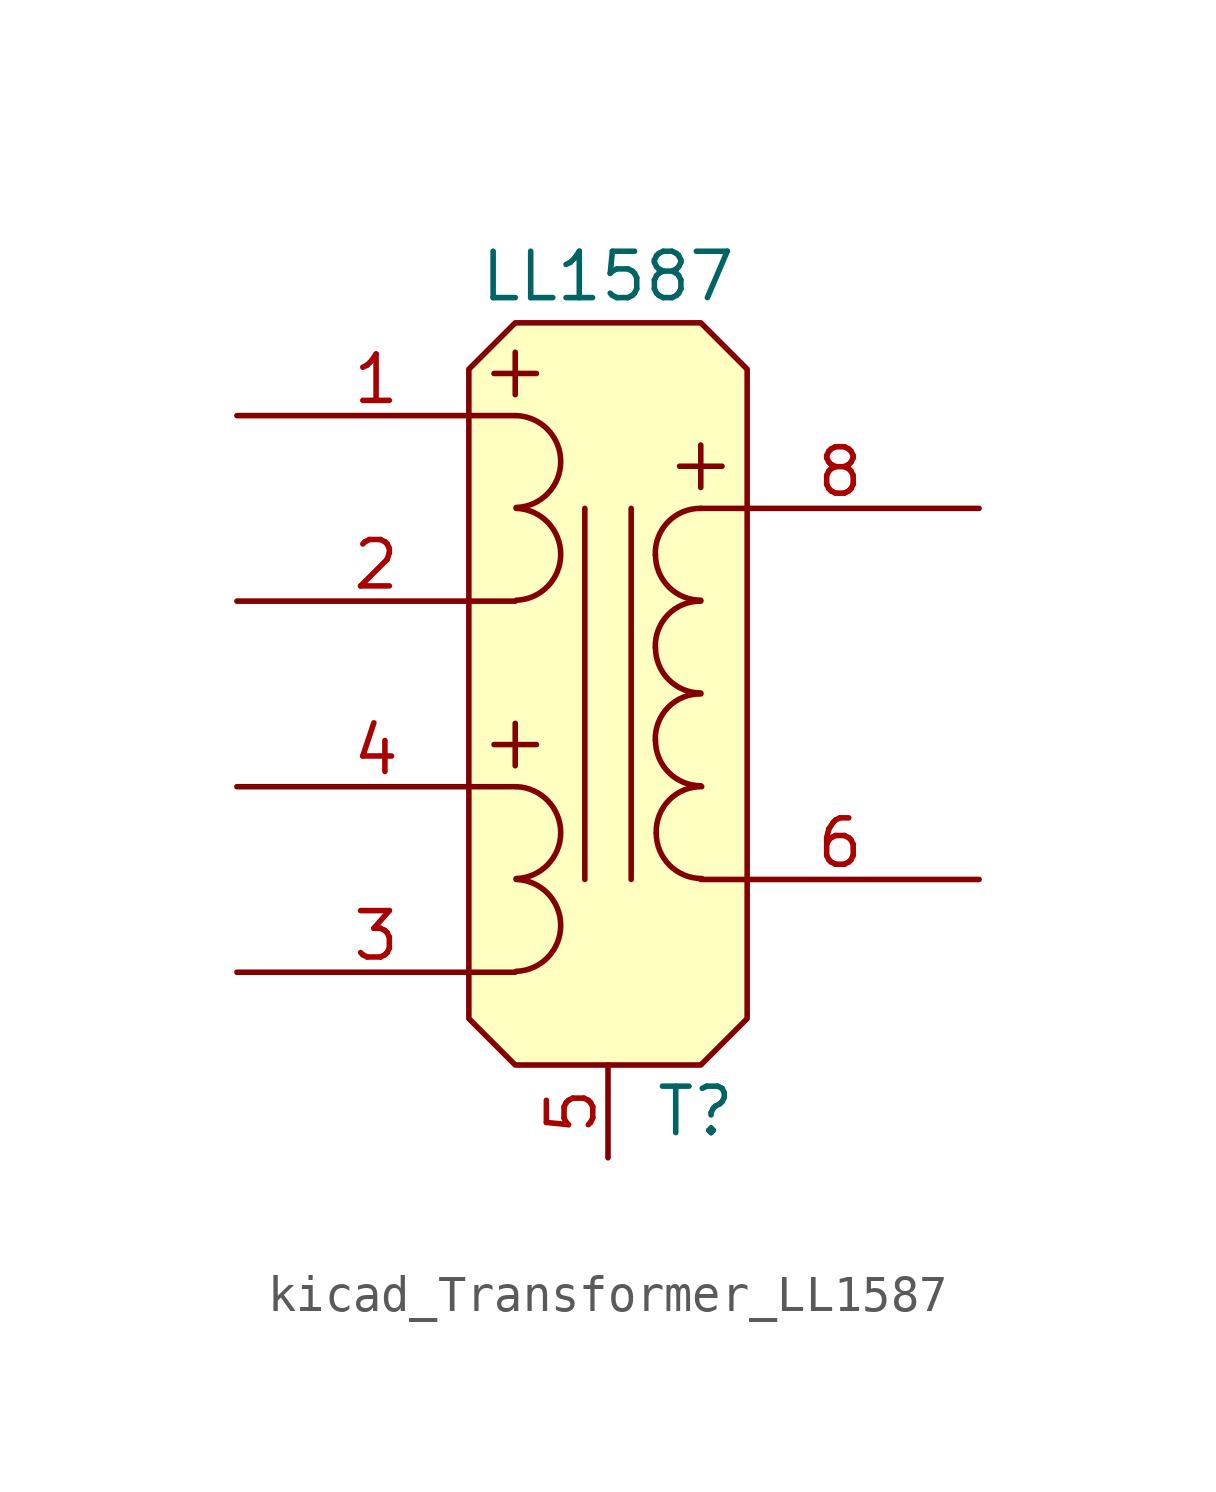
<source format=kicad_sym>
(kicad_symbol_lib
  (version 20220914)
  (generator kicad_symbol_editor)
  (symbol "kicad_Transformer_LL1587"
    (pin_names hide)
    (property "Reference" "T"
      (at 1.27 -11.43 0)
      (effects (font (size 1.27 1.27)) (justify left)))
    (property "Value" "LL1587"
      (at 0 11.43 0)
      (effects (font (size 1.27 1.27))))
    (symbol "kicad_Transformer_LL1587_0_0"
      (text "+" (at -2.54 -1.27 0) (effects (font (size 1.524 1.524))))
      (text "+" (at -2.54 8.89 0) (effects (font (size 1.524 1.524))))
      (text "+" (at 2.54 6.35 0) (effects (font (size 1.524 1.524)))))
    (symbol "kicad_Transformer_LL1587_0_1"
      (arc (start -2.5146 -7.5946) (mid -1.2951 -6.3497) (end -2.5146 -5.08) (stroke (width 0) (type default)) (fill (type none)))
      (arc (start -2.5146 -5.0546) (mid -1.2951 -3.8097) (end -2.5146 -2.54) (stroke (width 0) (type default)) (fill (type none)))
      (arc (start -2.5146 2.5654) (mid -1.2951 3.8103) (end -2.5146 5.08) (stroke (width 0) (type default)) (fill (type none)))
      (arc (start -2.5146 5.1054) (mid -1.2951 6.3503) (end -2.5146 7.62) (stroke (width 0) (type default)) (fill (type none)))
      (polyline (pts (xy -0.635 5.08) (xy -0.635 -5.08)) (stroke (width 0) (type default)) (fill (type none)))
      (polyline (pts (xy 0.635 -5.08) (xy 0.635 5.08)) (stroke (width 0) (type default)) (fill (type none)))
      (polyline (pts (xy -3.81 8.89) (xy -3.81 -8.89) (xy -2.54 -10.16) (xy 2.54 -10.16) (xy 3.81 -8.89) (xy 3.81 8.89) (xy 2.54 10.16) (xy -2.54 10.16) (xy -3.81 8.89) (xy -3.81 8.89)) (stroke (width 0) (type default)) (fill (type background)))
      (arc (start 1.2954 -1.27) (mid 1.6599 -2.1501) (end 2.54 -2.5146) (stroke (width 0) (type default)) (fill (type none)))
      (arc (start 1.2954 1.27) (mid 1.6599 0.3899) (end 2.54 0.0254) (stroke (width 0) (type default)) (fill (type none)))
      (arc (start 1.2954 3.81) (mid 1.6599 2.9299) (end 2.54 2.5654) (stroke (width 0) (type default)) (fill (type none)))
      (arc (start 1.3208 -3.81) (mid 1.6853 -4.6901) (end 2.5654 -5.0546) (stroke (width 0) (type default)) (fill (type none)))
      (arc (start 2.54 0) (mid 1.642 -0.372) (end 1.2954 -1.27) (stroke (width 0) (type default)) (fill (type none)))
      (arc (start 2.54 2.54) (mid 1.642 2.168) (end 1.2954 1.27) (stroke (width 0) (type default)) (fill (type none)))
      (arc (start 2.54 5.08) (mid 1.642 4.708) (end 1.2954 3.81) (stroke (width 0) (type default)) (fill (type none)))
      (arc (start 2.5654 -2.54) (mid 1.6674 -2.912) (end 1.3208 -3.81) (stroke (width 0) (type default)) (fill (type none))))
    (symbol "kicad_Transformer_LL1587_1_1"
      (pin passive line (at -10.16 7.62 0) (length 7.62) (name "P1+" (effects (font (size 1.27 1.27)))) (number "1" (effects (font (size 1.27 1.27)))))
      (pin passive line (at -10.16 2.54 0) (length 7.62) (name "P1-" (effects (font (size 1.27 1.27)))) (number "2" (effects (font (size 1.27 1.27)))))
      (pin passive line (at -10.16 -7.62 0) (length 7.62) (name "P2-" (effects (font (size 1.27 1.27)))) (number "3" (effects (font (size 1.27 1.27)))))
      (pin passive line (at -10.16 -2.54 0) (length 7.62) (name "P2+" (effects (font (size 1.27 1.27)))) (number "4" (effects (font (size 1.27 1.27)))))
      (pin input line (at 0 -12.7 90) (length 2.54) (name "~" (effects (font (size 1.27 1.27)))) (number "5" (effects (font (size 1.27 1.27)))))
      (pin passive line (at 10.16 -5.08 180) (length 7.62) (name "S-" (effects (font (size 1.27 1.27)))) (number "6" (effects (font (size 1.27 1.27)))))
      (pin passive line (at 10.16 5.08 180) (length 7.62) (name "S+" (effects (font (size 1.27 1.27)))) (number "8" (effects (font (size 1.27 1.27))))))))
</source>
